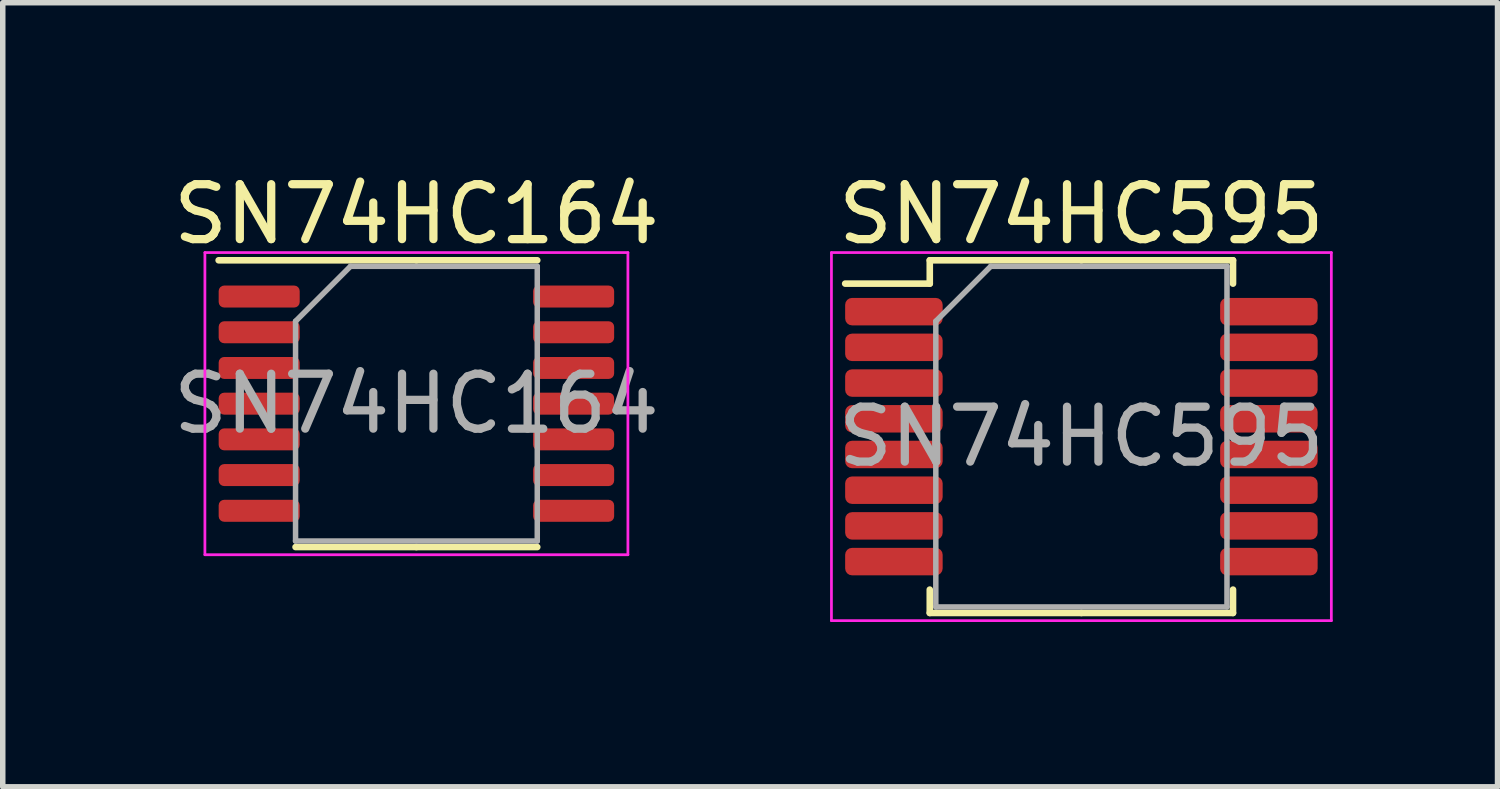
<source format=kicad_pcb>
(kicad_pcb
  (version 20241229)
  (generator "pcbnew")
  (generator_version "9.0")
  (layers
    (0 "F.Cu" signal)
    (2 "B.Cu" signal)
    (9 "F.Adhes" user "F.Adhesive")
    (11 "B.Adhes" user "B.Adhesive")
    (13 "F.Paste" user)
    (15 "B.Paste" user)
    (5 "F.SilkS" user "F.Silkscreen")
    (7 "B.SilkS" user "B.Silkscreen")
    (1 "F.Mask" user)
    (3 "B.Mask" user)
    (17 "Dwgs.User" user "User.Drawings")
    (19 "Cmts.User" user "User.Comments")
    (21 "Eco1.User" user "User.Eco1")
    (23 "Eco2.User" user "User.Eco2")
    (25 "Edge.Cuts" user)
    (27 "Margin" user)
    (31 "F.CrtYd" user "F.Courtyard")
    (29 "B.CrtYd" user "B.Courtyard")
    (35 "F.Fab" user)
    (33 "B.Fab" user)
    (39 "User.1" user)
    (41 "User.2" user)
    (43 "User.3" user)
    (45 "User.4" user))
  (footprint "SN74HC164"
    (layer "F.Cu")
    (at 4.53 4.298)
    (property "Reference" "SN74HC164" (at 0 -3.45 0) (layer "F.SilkS") (effects (font (size 1 1) (thickness 0.15))))
    (attr smd)
    (fp_line (start 0 -2.61) (end -3.6 -2.61) (stroke (width 0.12) (type solid)) (layer "F.SilkS"))
    (fp_line (start 0 -2.61) (end 2.2 -2.61) (stroke (width 0.12) (type solid)) (layer "F.SilkS"))
    (fp_line (start 0 2.61) (end -2.2 2.61) (stroke (width 0.12) (type solid)) (layer "F.SilkS"))
    (fp_line (start 0 2.61) (end 2.2 2.61) (stroke (width 0.12) (type solid)) (layer "F.SilkS"))
    (fp_line (start -3.85 -2.75) (end -3.85 2.75) (stroke (width 0.05) (type solid)) (layer "F.CrtYd"))
    (fp_line (start -3.85 2.75) (end 3.85 2.75) (stroke (width 0.05) (type solid)) (layer "F.CrtYd"))
    (fp_line (start 3.85 -2.75) (end -3.85 -2.75) (stroke (width 0.05) (type solid)) (layer "F.CrtYd"))
    (fp_line (start 3.85 2.75) (end 3.85 -2.75) (stroke (width 0.05) (type solid)) (layer "F.CrtYd"))
    (fp_line (start -2.2 -1.5) (end -1.2 -2.5) (stroke (width 0.1) (type solid)) (layer "F.Fab"))
    (fp_line (start -2.2 2.5) (end -2.2 -1.5) (stroke (width 0.1) (type solid)) (layer "F.Fab"))
    (fp_line (start -1.2 -2.5) (end 2.2 -2.5) (stroke (width 0.1) (type solid)) (layer "F.Fab"))
    (fp_line (start 2.2 -2.5) (end 2.2 2.5) (stroke (width 0.1) (type solid)) (layer "F.Fab"))
    (fp_line (start 2.2 2.5) (end -2.2 2.5) (stroke (width 0.1) (type solid)) (layer "F.Fab"))
    (fp_text user "${REFERENCE}" (at 0 0 0) (layer "F.Fab") (effects (font (size 1 1) (thickness 0.15))))
    (pad "1" smd roundrect (at -2.862 -1.95) (size 1.475 0.4) (layers "F.Cu" "F.Mask" "F.Paste") (roundrect_rratio 0.25))
    (pad "2" smd roundrect (at -2.862 -1.3) (size 1.475 0.4) (layers "F.Cu" "F.Mask" "F.Paste") (roundrect_rratio 0.25))
    (pad "3" smd roundrect (at -2.862 -0.65) (size 1.475 0.4) (layers "F.Cu" "F.Mask" "F.Paste") (roundrect_rratio 0.25))
    (pad "4" smd roundrect (at -2.862 0) (size 1.475 0.4) (layers "F.Cu" "F.Mask" "F.Paste") (roundrect_rratio 0.25))
    (pad "5" smd roundrect (at -2.862 0.65) (size 1.475 0.4) (layers "F.Cu" "F.Mask" "F.Paste") (roundrect_rratio 0.25))
    (pad "6" smd roundrect (at -2.862 1.3) (size 1.475 0.4) (layers "F.Cu" "F.Mask" "F.Paste") (roundrect_rratio 0.25))
    (pad "7" smd roundrect (at -2.862 1.95) (size 1.475 0.4) (layers "F.Cu" "F.Mask" "F.Paste") (roundrect_rratio 0.25))
    (pad "8" smd roundrect (at 2.862 1.95) (size 1.475 0.4) (layers "F.Cu" "F.Mask" "F.Paste") (roundrect_rratio 0.25))
    (pad "9" smd roundrect (at 2.862 1.3) (size 1.475 0.4) (layers "F.Cu" "F.Mask" "F.Paste") (roundrect_rratio 0.25))
    (pad "10" smd roundrect (at 2.862 0.65) (size 1.475 0.4) (layers "F.Cu" "F.Mask" "F.Paste") (roundrect_rratio 0.25))
    (pad "11" smd roundrect (at 2.862 0) (size 1.475 0.4) (layers "F.Cu" "F.Mask" "F.Paste") (roundrect_rratio 0.25))
    (pad "12" smd roundrect (at 2.862 -0.65) (size 1.475 0.4) (layers "F.Cu" "F.Mask" "F.Paste") (roundrect_rratio 0.25))
    (pad "13" smd roundrect (at 2.862 -1.3) (size 1.475 0.4) (layers "F.Cu" "F.Mask" "F.Paste") (roundrect_rratio 0.25))
    (pad "14" smd roundrect (at 2.862 -1.95) (size 1.475 0.4) (layers "F.Cu" "F.Mask" "F.Paste") (roundrect_rratio 0.25)))
  (footprint "SN74HC595"
    (layer "F.Cu")
    (at 16.635 4.898)
    (property "Reference" "SN74HC595" (at 0 -4.05 0) (layer "F.SilkS") (effects (font (size 1 1) (thickness 0.15))))
    (attr smd)
    (fp_line (start -2.76 -3.21) (end -2.76 -2.785) (stroke (width 0.12) (type solid)) (layer "F.SilkS"))
    (fp_line (start -2.76 -2.785) (end -4.3 -2.785) (stroke (width 0.12) (type solid)) (layer "F.SilkS"))
    (fp_line (start -2.76 3.21) (end -2.76 2.785) (stroke (width 0.12) (type solid)) (layer "F.SilkS"))
    (fp_line (start 0 -3.21) (end -2.76 -3.21) (stroke (width 0.12) (type solid)) (layer "F.SilkS"))
    (fp_line (start 0 -3.21) (end 2.76 -3.21) (stroke (width 0.12) (type solid)) (layer "F.SilkS"))
    (fp_line (start 0 3.21) (end -2.76 3.21) (stroke (width 0.12) (type solid)) (layer "F.SilkS"))
    (fp_line (start 0 3.21) (end 2.76 3.21) (stroke (width 0.12) (type solid)) (layer "F.SilkS"))
    (fp_line (start 2.76 -3.21) (end 2.76 -2.785) (stroke (width 0.12) (type solid)) (layer "F.SilkS"))
    (fp_line (start 2.76 3.21) (end 2.76 2.785) (stroke (width 0.12) (type solid)) (layer "F.SilkS"))
    (fp_line (start -4.55 -3.35) (end -4.55 3.35) (stroke (width 0.05) (type solid)) (layer "F.CrtYd"))
    (fp_line (start -4.55 3.35) (end 4.55 3.35) (stroke (width 0.05) (type solid)) (layer "F.CrtYd"))
    (fp_line (start 4.55 -3.35) (end -4.55 -3.35) (stroke (width 0.05) (type solid)) (layer "F.CrtYd"))
    (fp_line (start 4.55 3.35) (end 4.55 -3.35) (stroke (width 0.05) (type solid)) (layer "F.CrtYd"))
    (fp_line (start -2.65 -2.1) (end -1.65 -3.1) (stroke (width 0.1) (type solid)) (layer "F.Fab"))
    (fp_line (start -2.65 3.1) (end -2.65 -2.1) (stroke (width 0.1) (type solid)) (layer "F.Fab"))
    (fp_line (start -1.65 -3.1) (end 2.65 -3.1) (stroke (width 0.1) (type solid)) (layer "F.Fab"))
    (fp_line (start 2.65 -3.1) (end 2.65 3.1) (stroke (width 0.1) (type solid)) (layer "F.Fab"))
    (fp_line (start 2.65 3.1) (end -2.65 3.1) (stroke (width 0.1) (type solid)) (layer "F.Fab"))
    (fp_text user "${REFERENCE}" (at 0 0 0) (layer "F.Fab") (effects (font (size 1 1) (thickness 0.15))))
    (pad "1" smd roundrect (at -3.413 -2.275) (size 1.775 0.5) (layers "F.Cu" "F.Mask" "F.Paste") (roundrect_rratio 0.25))
    (pad "2" smd roundrect (at -3.413 -1.625) (size 1.775 0.5) (layers "F.Cu" "F.Mask" "F.Paste") (roundrect_rratio 0.25))
    (pad "3" smd roundrect (at -3.413 -0.975) (size 1.775 0.5) (layers "F.Cu" "F.Mask" "F.Paste") (roundrect_rratio 0.25))
    (pad "4" smd roundrect (at -3.413 -0.325) (size 1.775 0.5) (layers "F.Cu" "F.Mask" "F.Paste") (roundrect_rratio 0.25))
    (pad "5" smd roundrect (at -3.413 0.325) (size 1.775 0.5) (layers "F.Cu" "F.Mask" "F.Paste") (roundrect_rratio 0.25))
    (pad "6" smd roundrect (at -3.413 0.975) (size 1.775 0.5) (layers "F.Cu" "F.Mask" "F.Paste") (roundrect_rratio 0.25))
    (pad "7" smd roundrect (at -3.413 1.625) (size 1.775 0.5) (layers "F.Cu" "F.Mask" "F.Paste") (roundrect_rratio 0.25))
    (pad "8" smd roundrect (at -3.413 2.275) (size 1.775 0.5) (layers "F.Cu" "F.Mask" "F.Paste") (roundrect_rratio 0.25))
    (pad "9" smd roundrect (at 3.413 2.275) (size 1.775 0.5) (layers "F.Cu" "F.Mask" "F.Paste") (roundrect_rratio 0.25))
    (pad "10" smd roundrect (at 3.413 1.625) (size 1.775 0.5) (layers "F.Cu" "F.Mask" "F.Paste") (roundrect_rratio 0.25))
    (pad "11" smd roundrect (at 3.413 0.975) (size 1.775 0.5) (layers "F.Cu" "F.Mask" "F.Paste") (roundrect_rratio 0.25))
    (pad "12" smd roundrect (at 3.413 0.325) (size 1.775 0.5) (layers "F.Cu" "F.Mask" "F.Paste") (roundrect_rratio 0.25))
    (pad "13" smd roundrect (at 3.413 -0.325) (size 1.775 0.5) (layers "F.Cu" "F.Mask" "F.Paste") (roundrect_rratio 0.25))
    (pad "14" smd roundrect (at 3.413 -0.975) (size 1.775 0.5) (layers "F.Cu" "F.Mask" "F.Paste") (roundrect_rratio 0.25))
    (pad "15" smd roundrect (at 3.413 -1.625) (size 1.775 0.5) (layers "F.Cu" "F.Mask" "F.Paste") (roundrect_rratio 0.25))
    (pad "16" smd roundrect (at 3.413 -2.275) (size 1.775 0.5) (layers "F.Cu" "F.Mask" "F.Paste") (roundrect_rratio 0.25)))
  (gr_rect
    (start -3 -3)
    (end 24.21 11.273)
    (stroke (width 0.1) (type default))
    (fill no)
    (layer "Edge.Cuts")))
</source>
